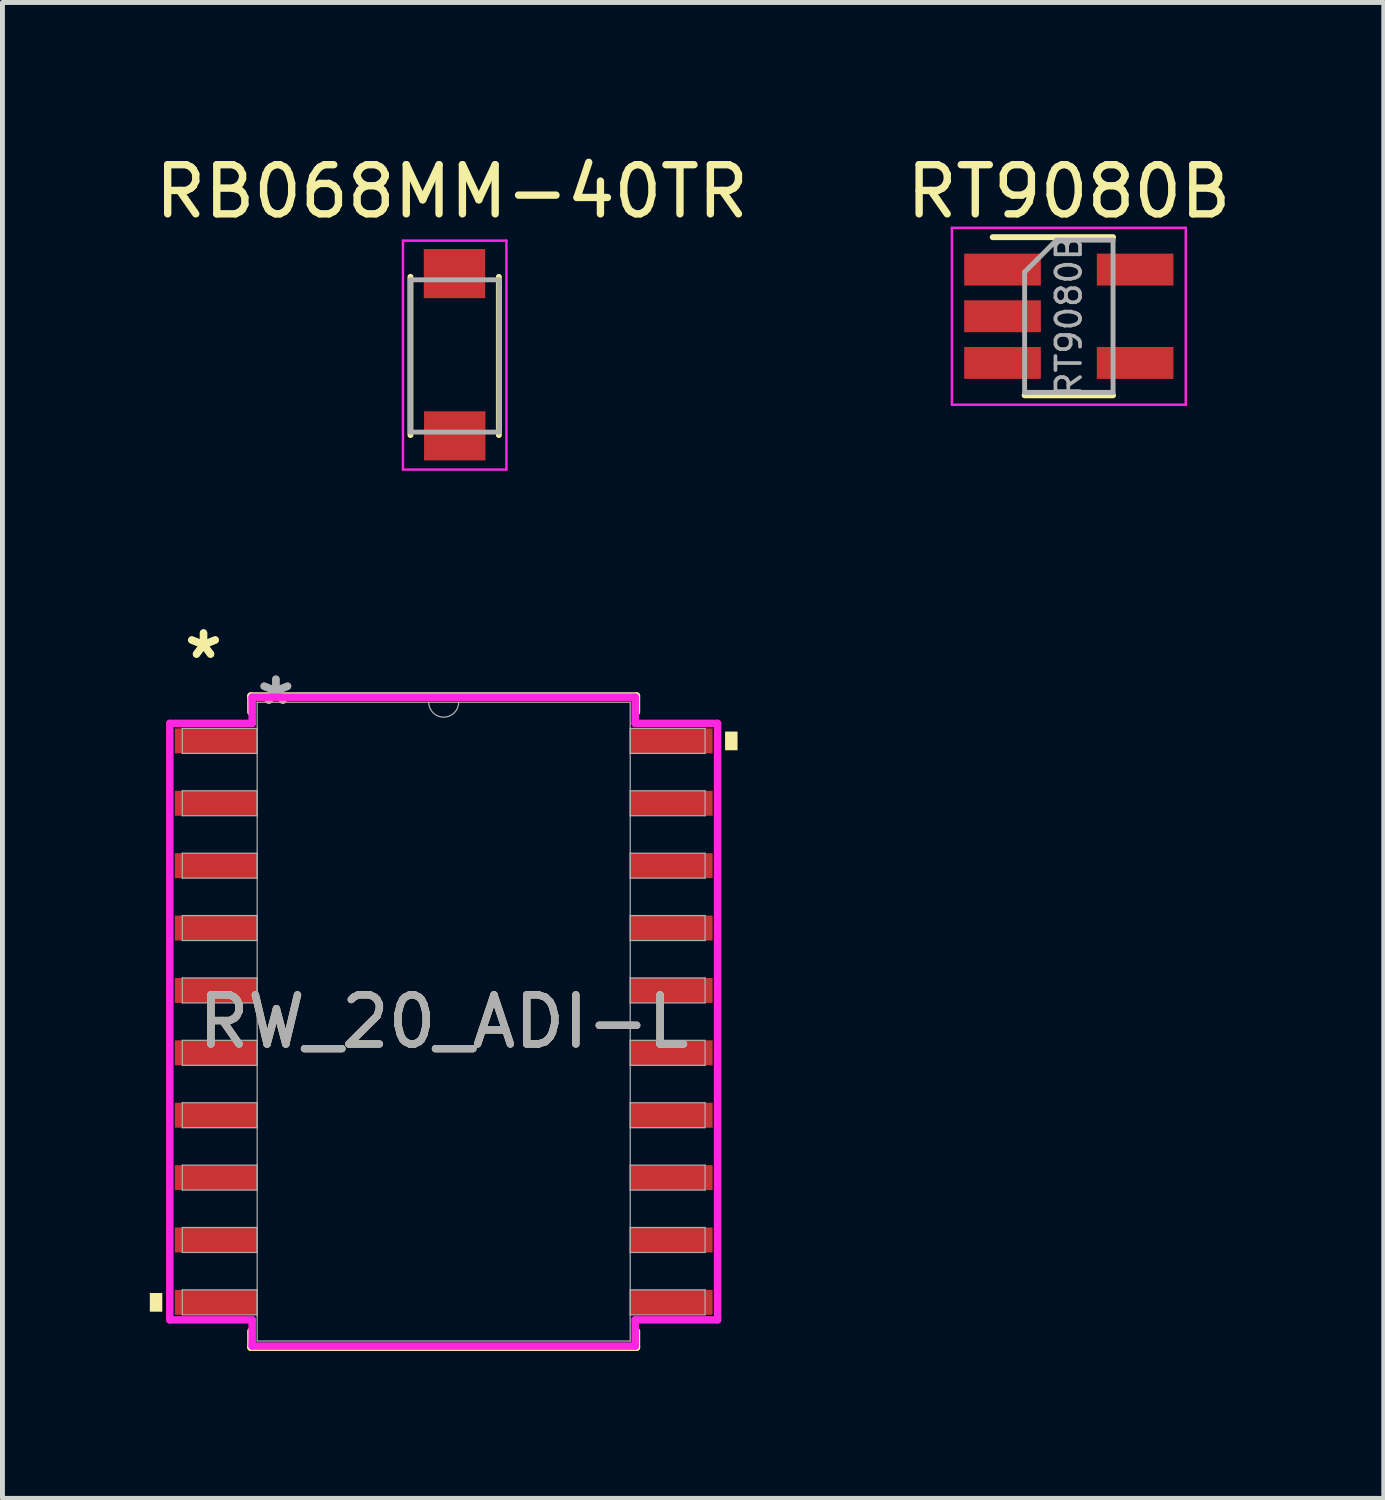
<source format=kicad_pcb>
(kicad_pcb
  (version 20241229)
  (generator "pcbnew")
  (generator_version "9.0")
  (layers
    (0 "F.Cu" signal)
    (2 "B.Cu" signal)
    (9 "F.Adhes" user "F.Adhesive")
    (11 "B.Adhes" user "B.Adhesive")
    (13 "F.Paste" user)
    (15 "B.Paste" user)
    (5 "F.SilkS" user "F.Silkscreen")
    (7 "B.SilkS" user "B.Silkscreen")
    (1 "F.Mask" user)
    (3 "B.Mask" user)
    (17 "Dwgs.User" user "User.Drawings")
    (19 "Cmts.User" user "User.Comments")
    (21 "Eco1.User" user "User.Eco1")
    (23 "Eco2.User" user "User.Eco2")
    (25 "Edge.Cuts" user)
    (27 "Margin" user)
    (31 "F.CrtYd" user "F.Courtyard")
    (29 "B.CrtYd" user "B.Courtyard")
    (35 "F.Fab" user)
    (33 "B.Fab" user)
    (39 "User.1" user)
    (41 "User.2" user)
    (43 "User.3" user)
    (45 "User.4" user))
  (footprint "RB068MM-40TR"
    (layer "F.Cu")
    (at 6.149 3.993)
    (property "Reference" "RB068MM-40TR" (at 0 -3.145 0) (layer "F.SilkS") (effects (font (size 1 1) (thickness 0.15))))
    (attr through_hole)
    (fp_line (start -0.844 -1.407) (end -0.844 1.813) (stroke (width 0.12) (type solid)) (layer "F.SilkS"))
    (fp_line (start 0.956 1.813) (end 0.956 -1.407) (stroke (width 0.12) (type solid)) (layer "F.SilkS"))
    (fp_line (start -0.996 -2.144) (end 1.11 -2.144) (stroke (width 0.05) (type solid)) (layer "F.CrtYd"))
    (fp_line (start -0.996 2.515) (end -0.996 -2.144) (stroke (width 0.05) (type solid)) (layer "F.CrtYd"))
    (fp_line (start 1.11 -2.144) (end 1.11 2.515) (stroke (width 0.05) (type solid)) (layer "F.CrtYd"))
    (fp_line (start 1.11 2.515) (end -0.996 2.515) (stroke (width 0.05) (type solid)) (layer "F.CrtYd"))
    (fp_line (start -0.844 -1.347) (end -0.844 1.753) (stroke (width 0.1) (type solid)) (layer "F.Fab"))
    (fp_line (start 0.956 -1.347) (end -0.844 -1.347) (stroke (width 0.1) (type solid)) (layer "F.Fab"))
    (fp_line (start 0.956 -1.347) (end 0.956 1.753) (stroke (width 0.1) (type solid)) (layer "F.Fab"))
    (fp_line (start 0.956 1.753) (end -0.844 1.753) (stroke (width 0.1) (type solid)) (layer "F.Fab"))
    (pad "1" smd rect (at 0.053 -1.473) (size 1.25 1) (layers "F.Cu" "F.Mask" "F.Paste"))
    (pad "2" smd rect (at 0.058 1.829) (size 1.25 1) (layers "F.Cu" "F.Mask" "F.Paste")))
  (footprint "RT9080B"
    (layer "F.Cu")
    (at 18.708 3.388)
    (property "Reference" "RT9080B" (at 0 -2.54 0) (layer "F.SilkS") (effects (font (size 1 1) (thickness 0.15))))
    (attr smd)
    (fp_line (start -0.9 1.61) (end 0.9 1.61) (stroke (width 0.12) (type solid)) (layer "F.SilkS"))
    (fp_line (start 0.9 -1.61) (end -1.55 -1.61) (stroke (width 0.12) (type solid)) (layer "F.SilkS"))
    (fp_line (start -2.38 -1.8) (end -2.38 1.8) (stroke (width 0.05) (type solid)) (layer "F.CrtYd"))
    (fp_line (start -2.38 -1.8) (end 2.38 -1.8) (stroke (width 0.05) (type solid)) (layer "F.CrtYd"))
    (fp_line (start 2.38 1.8) (end -2.38 1.8) (stroke (width 0.05) (type solid)) (layer "F.CrtYd"))
    (fp_line (start 2.38 1.8) (end 2.38 -1.8) (stroke (width 0.05) (type solid)) (layer "F.CrtYd"))
    (fp_line (start -0.9 -0.9) (end -0.9 1.55) (stroke (width 0.1) (type solid)) (layer "F.Fab"))
    (fp_line (start -0.9 -0.9) (end -0.25 -1.55) (stroke (width 0.1) (type solid)) (layer "F.Fab"))
    (fp_line (start 0.9 -1.55) (end -0.25 -1.55) (stroke (width 0.1) (type solid)) (layer "F.Fab"))
    (fp_line (start 0.9 -1.55) (end 0.9 1.55) (stroke (width 0.1) (type solid)) (layer "F.Fab"))
    (fp_line (start 0.9 1.55) (end -0.9 1.55) (stroke (width 0.1) (type solid)) (layer "F.Fab"))
    (fp_text user "${REFERENCE}" (at 0 0 90) (layer "F.Fab") (effects (font (size 0.5 0.5) (thickness 0.075))))
    (pad "1" smd rect (at -1.35 -0.95) (size 1.56 0.65) (layers "F.Cu" "F.Mask" "F.Paste"))
    (pad "2" smd rect (at -1.35 0) (size 1.56 0.65) (layers "F.Cu" "F.Mask" "F.Paste"))
    (pad "3" smd rect (at -1.35 0.95) (size 1.56 0.65) (layers "F.Cu" "F.Mask" "F.Paste"))
    (pad "4" smd rect (at 1.35 0.95) (size 1.56 0.65) (layers "F.Cu" "F.Mask" "F.Paste"))
    (pad "5" smd rect (at 1.35 -0.95) (size 1.56 0.65) (layers "F.Cu" "F.Mask" "F.Paste")))
  (footprint "RW_20_ADI-L"
    (layer "F.Cu")
    (at 5.982 17.747)
    (property "Reference" "RW_20_ADI-L" (at 0 0 0) (unlocked yes) (layer "F.SilkS") (effects (font (size 1 1) (thickness 0.15))))
    (attr smd)
    (fp_line (start -3.924 -6.629) (end -3.924 -6.302) (stroke (width 0.152) (type solid)) (layer "F.SilkS"))
    (fp_line (start -3.924 6.302) (end -3.924 6.629) (stroke (width 0.152) (type solid)) (layer "F.SilkS"))
    (fp_line (start -3.924 6.629) (end 3.924 6.629) (stroke (width 0.152) (type solid)) (layer "F.SilkS"))
    (fp_line (start 3.924 -6.629) (end -3.924 -6.629) (stroke (width 0.152) (type solid)) (layer "F.SilkS"))
    (fp_line (start 3.924 -6.302) (end 3.924 -6.629) (stroke (width 0.152) (type solid)) (layer "F.SilkS"))
    (fp_line (start 3.924 6.629) (end 3.924 6.302) (stroke (width 0.152) (type solid)) (layer "F.SilkS"))
    (fp_poly (pts (xy -5.982 5.524) (xy -5.982 5.905) (xy -5.728 5.905) (xy -5.728 5.524)) (stroke (width 0) (type solid)) (fill yes) (layer "F.SilkS"))
    (fp_poly (pts (xy 5.982 -5.905) (xy 5.982 -5.524) (xy 5.728 -5.524) (xy 5.728 -5.905)) (stroke (width 0) (type solid)) (fill yes) (layer "F.SilkS"))
    (fp_line (start -5.575 -6.071) (end -3.899 -6.071) (stroke (width 0.152) (type solid)) (layer "F.CrtYd"))
    (fp_line (start -5.575 6.071) (end -5.575 -6.071) (stroke (width 0.152) (type solid)) (layer "F.CrtYd"))
    (fp_line (start -5.575 6.071) (end -3.899 6.071) (stroke (width 0.152) (type solid)) (layer "F.CrtYd"))
    (fp_line (start -3.899 -6.604) (end 3.899 -6.604) (stroke (width 0.152) (type solid)) (layer "F.CrtYd"))
    (fp_line (start -3.899 -6.071) (end -3.899 -6.604) (stroke (width 0.152) (type solid)) (layer "F.CrtYd"))
    (fp_line (start -3.899 6.604) (end -3.899 6.071) (stroke (width 0.152) (type solid)) (layer "F.CrtYd"))
    (fp_line (start 3.899 -6.604) (end 3.899 -6.071) (stroke (width 0.152) (type solid)) (layer "F.CrtYd"))
    (fp_line (start 3.899 6.071) (end 3.899 6.604) (stroke (width 0.152) (type solid)) (layer "F.CrtYd"))
    (fp_line (start 3.899 6.604) (end -3.899 6.604) (stroke (width 0.152) (type solid)) (layer "F.CrtYd"))
    (fp_line (start 5.575 -6.071) (end 3.899 -6.071) (stroke (width 0.152) (type solid)) (layer "F.CrtYd"))
    (fp_line (start 5.575 -6.071) (end 5.575 6.071) (stroke (width 0.152) (type solid)) (layer "F.CrtYd"))
    (fp_line (start 5.575 6.071) (end 3.899 6.071) (stroke (width 0.152) (type solid)) (layer "F.CrtYd"))
    (fp_line (start -5.321 -5.969) (end -5.321 -5.461) (stroke (width 0.025) (type solid)) (layer "F.Fab"))
    (fp_line (start -5.321 -5.461) (end -3.797 -5.461) (stroke (width 0.025) (type solid)) (layer "F.Fab"))
    (fp_line (start -5.321 -4.699) (end -5.321 -4.191) (stroke (width 0.025) (type solid)) (layer "F.Fab"))
    (fp_line (start -5.321 -4.191) (end -3.797 -4.191) (stroke (width 0.025) (type solid)) (layer "F.Fab"))
    (fp_line (start -5.321 -3.429) (end -5.321 -2.921) (stroke (width 0.025) (type solid)) (layer "F.Fab"))
    (fp_line (start -5.321 -2.921) (end -3.797 -2.921) (stroke (width 0.025) (type solid)) (layer "F.Fab"))
    (fp_line (start -5.321 -2.159) (end -5.321 -1.651) (stroke (width 0.025) (type solid)) (layer "F.Fab"))
    (fp_line (start -5.321 -1.651) (end -3.797 -1.651) (stroke (width 0.025) (type solid)) (layer "F.Fab"))
    (fp_line (start -5.321 -0.889) (end -5.321 -0.381) (stroke (width 0.025) (type solid)) (layer "F.Fab"))
    (fp_line (start -5.321 -0.381) (end -3.797 -0.381) (stroke (width 0.025) (type solid)) (layer "F.Fab"))
    (fp_line (start -5.321 0.381) (end -5.321 0.889) (stroke (width 0.025) (type solid)) (layer "F.Fab"))
    (fp_line (start -5.321 0.889) (end -3.797 0.889) (stroke (width 0.025) (type solid)) (layer "F.Fab"))
    (fp_line (start -5.321 1.651) (end -5.321 2.159) (stroke (width 0.025) (type solid)) (layer "F.Fab"))
    (fp_line (start -5.321 2.159) (end -3.797 2.159) (stroke (width 0.025) (type solid)) (layer "F.Fab"))
    (fp_line (start -5.321 2.921) (end -5.321 3.429) (stroke (width 0.025) (type solid)) (layer "F.Fab"))
    (fp_line (start -5.321 3.429) (end -3.797 3.429) (stroke (width 0.025) (type solid)) (layer "F.Fab"))
    (fp_line (start -5.321 4.191) (end -5.321 4.699) (stroke (width 0.025) (type solid)) (layer "F.Fab"))
    (fp_line (start -5.321 4.699) (end -3.797 4.699) (stroke (width 0.025) (type solid)) (layer "F.Fab"))
    (fp_line (start -5.321 5.461) (end -5.321 5.969) (stroke (width 0.025) (type solid)) (layer "F.Fab"))
    (fp_line (start -5.321 5.969) (end -3.797 5.969) (stroke (width 0.025) (type solid)) (layer "F.Fab"))
    (fp_line (start -3.797 -6.502) (end -3.797 6.502) (stroke (width 0.025) (type solid)) (layer "F.Fab"))
    (fp_line (start -3.797 -5.969) (end -5.321 -5.969) (stroke (width 0.025) (type solid)) (layer "F.Fab"))
    (fp_line (start -3.797 -5.461) (end -3.797 -5.969) (stroke (width 0.025) (type solid)) (layer "F.Fab"))
    (fp_line (start -3.797 -4.699) (end -5.321 -4.699) (stroke (width 0.025) (type solid)) (layer "F.Fab"))
    (fp_line (start -3.797 -4.191) (end -3.797 -4.699) (stroke (width 0.025) (type solid)) (layer "F.Fab"))
    (fp_line (start -3.797 -3.429) (end -5.321 -3.429) (stroke (width 0.025) (type solid)) (layer "F.Fab"))
    (fp_line (start -3.797 -2.921) (end -3.797 -3.429) (stroke (width 0.025) (type solid)) (layer "F.Fab"))
    (fp_line (start -3.797 -2.159) (end -5.321 -2.159) (stroke (width 0.025) (type solid)) (layer "F.Fab"))
    (fp_line (start -3.797 -1.651) (end -3.797 -2.159) (stroke (width 0.025) (type solid)) (layer "F.Fab"))
    (fp_line (start -3.797 -0.889) (end -5.321 -0.889) (stroke (width 0.025) (type solid)) (layer "F.Fab"))
    (fp_line (start -3.797 -0.381) (end -3.797 -0.889) (stroke (width 0.025) (type solid)) (layer "F.Fab"))
    (fp_line (start -3.797 0.381) (end -5.321 0.381) (stroke (width 0.025) (type solid)) (layer "F.Fab"))
    (fp_line (start -3.797 0.889) (end -3.797 0.381) (stroke (width 0.025) (type solid)) (layer "F.Fab"))
    (fp_line (start -3.797 1.651) (end -5.321 1.651) (stroke (width 0.025) (type solid)) (layer "F.Fab"))
    (fp_line (start -3.797 2.159) (end -3.797 1.651) (stroke (width 0.025) (type solid)) (layer "F.Fab"))
    (fp_line (start -3.797 2.921) (end -5.321 2.921) (stroke (width 0.025) (type solid)) (layer "F.Fab"))
    (fp_line (start -3.797 3.429) (end -3.797 2.921) (stroke (width 0.025) (type solid)) (layer "F.Fab"))
    (fp_line (start -3.797 4.191) (end -5.321 4.191) (stroke (width 0.025) (type solid)) (layer "F.Fab"))
    (fp_line (start -3.797 4.699) (end -3.797 4.191) (stroke (width 0.025) (type solid)) (layer "F.Fab"))
    (fp_line (start -3.797 5.461) (end -5.321 5.461) (stroke (width 0.025) (type solid)) (layer "F.Fab"))
    (fp_line (start -3.797 5.969) (end -3.797 5.461) (stroke (width 0.025) (type solid)) (layer "F.Fab"))
    (fp_line (start -3.797 6.502) (end 3.797 6.502) (stroke (width 0.025) (type solid)) (layer "F.Fab"))
    (fp_line (start 3.797 -6.502) (end -3.797 -6.502) (stroke (width 0.025) (type solid)) (layer "F.Fab"))
    (fp_line (start 3.797 -5.969) (end 3.797 -5.461) (stroke (width 0.025) (type solid)) (layer "F.Fab"))
    (fp_line (start 3.797 -5.461) (end 5.321 -5.461) (stroke (width 0.025) (type solid)) (layer "F.Fab"))
    (fp_line (start 3.797 -4.699) (end 3.797 -4.191) (stroke (width 0.025) (type solid)) (layer "F.Fab"))
    (fp_line (start 3.797 -4.191) (end 5.321 -4.191) (stroke (width 0.025) (type solid)) (layer "F.Fab"))
    (fp_line (start 3.797 -3.429) (end 3.797 -2.921) (stroke (width 0.025) (type solid)) (layer "F.Fab"))
    (fp_line (start 3.797 -2.921) (end 5.321 -2.921) (stroke (width 0.025) (type solid)) (layer "F.Fab"))
    (fp_line (start 3.797 -2.159) (end 3.797 -1.651) (stroke (width 0.025) (type solid)) (layer "F.Fab"))
    (fp_line (start 3.797 -1.651) (end 5.321 -1.651) (stroke (width 0.025) (type solid)) (layer "F.Fab"))
    (fp_line (start 3.797 -0.889) (end 3.797 -0.381) (stroke (width 0.025) (type solid)) (layer "F.Fab"))
    (fp_line (start 3.797 -0.381) (end 5.321 -0.381) (stroke (width 0.025) (type solid)) (layer "F.Fab"))
    (fp_line (start 3.797 0.381) (end 3.797 0.889) (stroke (width 0.025) (type solid)) (layer "F.Fab"))
    (fp_line (start 3.797 0.889) (end 5.321 0.889) (stroke (width 0.025) (type solid)) (layer "F.Fab"))
    (fp_line (start 3.797 1.651) (end 3.797 2.159) (stroke (width 0.025) (type solid)) (layer "F.Fab"))
    (fp_line (start 3.797 2.159) (end 5.321 2.159) (stroke (width 0.025) (type solid)) (layer "F.Fab"))
    (fp_line (start 3.797 2.921) (end 3.797 3.429) (stroke (width 0.025) (type solid)) (layer "F.Fab"))
    (fp_line (start 3.797 3.429) (end 5.321 3.429) (stroke (width 0.025) (type solid)) (layer "F.Fab"))
    (fp_line (start 3.797 4.191) (end 3.797 4.699) (stroke (width 0.025) (type solid)) (layer "F.Fab"))
    (fp_line (start 3.797 4.699) (end 5.321 4.699) (stroke (width 0.025) (type solid)) (layer "F.Fab"))
    (fp_line (start 3.797 5.461) (end 3.797 5.969) (stroke (width 0.025) (type solid)) (layer "F.Fab"))
    (fp_line (start 3.797 5.969) (end 5.321 5.969) (stroke (width 0.025) (type solid)) (layer "F.Fab"))
    (fp_line (start 3.797 6.502) (end 3.797 -6.502) (stroke (width 0.025) (type solid)) (layer "F.Fab"))
    (fp_line (start 5.321 -5.969) (end 3.797 -5.969) (stroke (width 0.025) (type solid)) (layer "F.Fab"))
    (fp_line (start 5.321 -5.461) (end 5.321 -5.969) (stroke (width 0.025) (type solid)) (layer "F.Fab"))
    (fp_line (start 5.321 -4.699) (end 3.797 -4.699) (stroke (width 0.025) (type solid)) (layer "F.Fab"))
    (fp_line (start 5.321 -4.191) (end 5.321 -4.699) (stroke (width 0.025) (type solid)) (layer "F.Fab"))
    (fp_line (start 5.321 -3.429) (end 3.797 -3.429) (stroke (width 0.025) (type solid)) (layer "F.Fab"))
    (fp_line (start 5.321 -2.921) (end 5.321 -3.429) (stroke (width 0.025) (type solid)) (layer "F.Fab"))
    (fp_line (start 5.321 -2.159) (end 3.797 -2.159) (stroke (width 0.025) (type solid)) (layer "F.Fab"))
    (fp_line (start 5.321 -1.651) (end 5.321 -2.159) (stroke (width 0.025) (type solid)) (layer "F.Fab"))
    (fp_line (start 5.321 -0.889) (end 3.797 -0.889) (stroke (width 0.025) (type solid)) (layer "F.Fab"))
    (fp_line (start 5.321 -0.381) (end 5.321 -0.889) (stroke (width 0.025) (type solid)) (layer "F.Fab"))
    (fp_line (start 5.321 0.381) (end 3.797 0.381) (stroke (width 0.025) (type solid)) (layer "F.Fab"))
    (fp_line (start 5.321 0.889) (end 5.321 0.381) (stroke (width 0.025) (type solid)) (layer "F.Fab"))
    (fp_line (start 5.321 1.651) (end 3.797 1.651) (stroke (width 0.025) (type solid)) (layer "F.Fab"))
    (fp_line (start 5.321 2.159) (end 5.321 1.651) (stroke (width 0.025) (type solid)) (layer "F.Fab"))
    (fp_line (start 5.321 2.921) (end 3.797 2.921) (stroke (width 0.025) (type solid)) (layer "F.Fab"))
    (fp_line (start 5.321 3.429) (end 5.321 2.921) (stroke (width 0.025) (type solid)) (layer "F.Fab"))
    (fp_line (start 5.321 4.191) (end 3.797 4.191) (stroke (width 0.025) (type solid)) (layer "F.Fab"))
    (fp_line (start 5.321 4.699) (end 5.321 4.191) (stroke (width 0.025) (type solid)) (layer "F.Fab"))
    (fp_line (start 5.321 5.461) (end 3.797 5.461) (stroke (width 0.025) (type solid)) (layer "F.Fab"))
    (fp_line (start 5.321 5.969) (end 5.321 5.461) (stroke (width 0.025) (type solid)) (layer "F.Fab"))
    (fp_arc (start 0.3048 -6.5024) (mid 0 -6.1976) (end -0.3048 -6.5024) (stroke (width 0.0254) (type solid)) (layer "F.Fab"))
    (fp_text user "*" (at -4.889 -7.366 0) (layer "F.SilkS") (effects (font (size 1 1) (thickness 0.15))))
    (fp_text user "*" (at -4.889 -7.366 0) (unlocked yes) (layer "F.SilkS") (effects (font (size 1 1) (thickness 0.15))))
    (fp_text user "${REFERENCE}" (at 0 0 0) (unlocked yes) (layer "F.Fab") (effects (font (size 1 1) (thickness 0.15))))
    (fp_text user "*" (at -3.416 -6.426 0) (layer "F.Fab") (effects (font (size 1 1) (thickness 0.15))))
    (fp_text user "*" (at -3.416 -6.426 0) (unlocked yes) (layer "F.Fab") (effects (font (size 1 1) (thickness 0.15))))
    (pad "1" smd rect (at -4.636 -5.715) (size 1.676 0.508) (layers "F.Cu" "F.Mask" "F.Paste"))
    (pad "2" smd rect (at -4.636 -4.445) (size 1.676 0.508) (layers "F.Cu" "F.Mask" "F.Paste"))
    (pad "3" smd rect (at -4.636 -3.175) (size 1.676 0.508) (layers "F.Cu" "F.Mask" "F.Paste"))
    (pad "4" smd rect (at -4.636 -1.905) (size 1.676 0.508) (layers "F.Cu" "F.Mask" "F.Paste"))
    (pad "5" smd rect (at -4.636 -0.635) (size 1.676 0.508) (layers "F.Cu" "F.Mask" "F.Paste"))
    (pad "6" smd rect (at -4.636 0.635) (size 1.676 0.508) (layers "F.Cu" "F.Mask" "F.Paste"))
    (pad "7" smd rect (at -4.636 1.905) (size 1.676 0.508) (layers "F.Cu" "F.Mask" "F.Paste"))
    (pad "8" smd rect (at -4.636 3.175) (size 1.676 0.508) (layers "F.Cu" "F.Mask" "F.Paste"))
    (pad "9" smd rect (at -4.636 4.445) (size 1.676 0.508) (layers "F.Cu" "F.Mask" "F.Paste"))
    (pad "10" smd rect (at -4.636 5.715) (size 1.676 0.508) (layers "F.Cu" "F.Mask" "F.Paste"))
    (pad "11" smd rect (at 4.636 5.715) (size 1.676 0.508) (layers "F.Cu" "F.Mask" "F.Paste"))
    (pad "12" smd rect (at 4.636 4.445) (size 1.676 0.508) (layers "F.Cu" "F.Mask" "F.Paste"))
    (pad "13" smd rect (at 4.636 3.175) (size 1.676 0.508) (layers "F.Cu" "F.Mask" "F.Paste"))
    (pad "14" smd rect (at 4.636 1.905) (size 1.676 0.508) (layers "F.Cu" "F.Mask" "F.Paste"))
    (pad "15" smd rect (at 4.636 0.635) (size 1.676 0.508) (layers "F.Cu" "F.Mask" "F.Paste"))
    (pad "16" smd rect (at 4.636 -0.635) (size 1.676 0.508) (layers "F.Cu" "F.Mask" "F.Paste"))
    (pad "17" smd rect (at 4.636 -1.905) (size 1.676 0.508) (layers "F.Cu" "F.Mask" "F.Paste"))
    (pad "18" smd rect (at 4.636 -3.175) (size 1.676 0.508) (layers "F.Cu" "F.Mask" "F.Paste"))
    (pad "19" smd rect (at 4.636 -4.445) (size 1.676 0.508) (layers "F.Cu" "F.Mask" "F.Paste"))
    (pad "20" smd rect (at 4.636 -5.715) (size 1.676 0.508) (layers "F.Cu" "F.Mask" "F.Paste")))
  (gr_rect
    (start -3 -3)
    (end 25.119 27.452)
    (stroke (width 0.1) (type default))
    (fill no)
    (layer "Edge.Cuts")))
</source>
